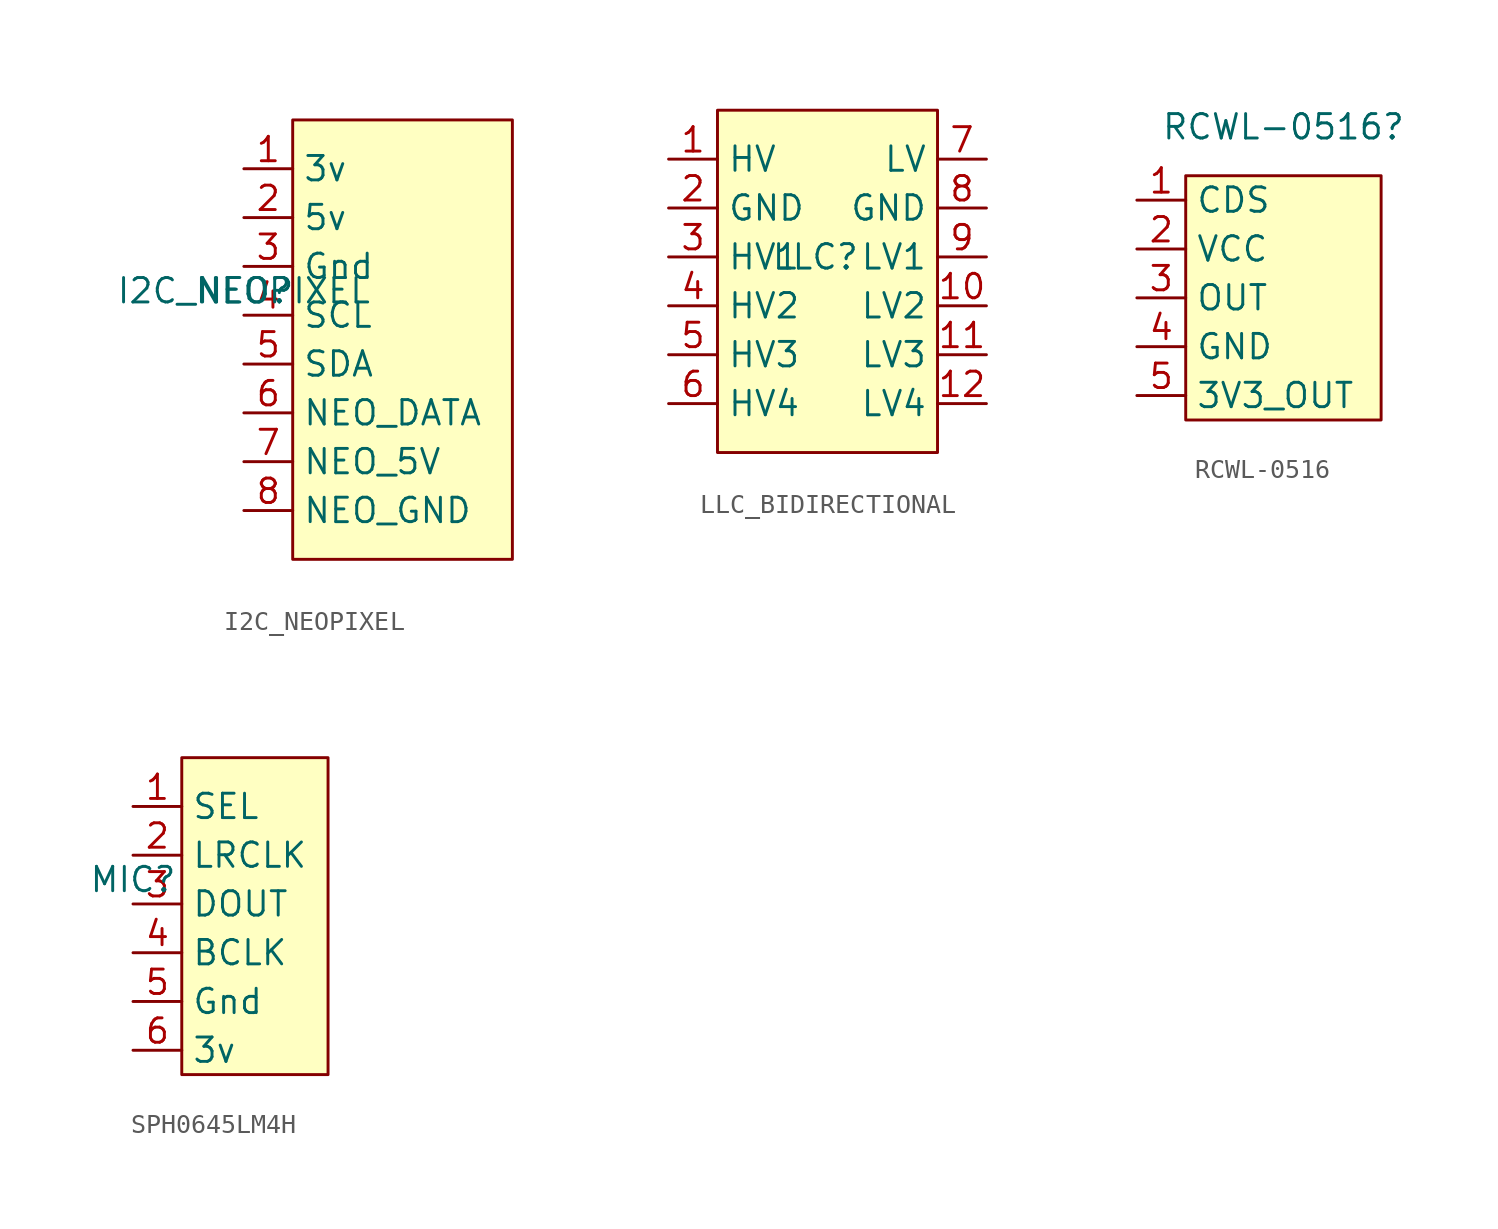
<source format=kicad_sym>
(kicad_symbol_lib
  (version 20220914)
  (generator kicad_symbol_editor)
  (symbol "I2C_NEOPIXEL"
    (property "Reference" "NEO"
      (at 0 0 0)
      (effects (font (size 1.27 1.27))))
    (property "Value" "I2C_NEOPIXEL"
      (at 0 0 0)
      (effects (font (size 1.27 1.27))))
    (symbol "I2C_NEOPIXEL_1_1"
      (rectangle (start 2.54 8.89) (end 13.97 -13.97) (stroke (width 0) (type default)) (fill (type background)))
      (pin power_in line (at 0 6.35 0) (length 2.54) (name "3v" (effects (font (size 1.27 1.27)))) (number "1" (effects (font (size 1.27 1.27)))))
      (pin power_in line (at 0 3.81 0) (length 2.54) (name "5v" (effects (font (size 1.27 1.27)))) (number "2" (effects (font (size 1.27 1.27)))))
      (pin power_in line (at 0 1.27 0) (length 2.54) (name "Gnd" (effects (font (size 1.27 1.27)))) (number "3" (effects (font (size 1.27 1.27)))))
      (pin bidirectional line (at 0 -1.27 0) (length 2.54) (name "SCL" (effects (font (size 1.27 1.27)))) (number "4" (effects (font (size 1.27 1.27)))))
      (pin bidirectional line (at 0 -3.81 0) (length 2.54) (name "SDA" (effects (font (size 1.27 1.27)))) (number "5" (effects (font (size 1.27 1.27)))))
      (pin output line (at 0 -6.35 0) (length 2.54) (name "NEO_DATA" (effects (font (size 1.27 1.27)))) (number "6" (effects (font (size 1.27 1.27)))))
      (pin output line (at 0 -8.89 0) (length 2.54) (name "NEO_5V" (effects (font (size 1.27 1.27)))) (number "7" (effects (font (size 1.27 1.27)))))
      (pin output line (at 0 -11.43 0) (length 2.54) (name "NEO_GND" (effects (font (size 1.27 1.27)))) (number "8" (effects (font (size 1.27 1.27)))))))
  (symbol "LLC_BIDIRECTIONAL"
    (property "Reference" "LLC"
      (at 0 0 0)
      (effects (font (size 1.27 1.27))))
    (property "Value" ""
      (at 0 0 0)
      (effects (font (size 1.27 1.27))))
    (symbol "LLC_BIDIRECTIONAL_1_1"
      (rectangle (start -5.08 7.62) (end 6.35 -10.16) (stroke (width 0) (type default)) (fill (type background)))
      (pin power_in line (at -7.62 5.08 0) (length 2.54) (name "HV" (effects (font (size 1.27 1.27)))) (number "1" (effects (font (size 1.27 1.27)))))
      (pin power_in line (at 8.89 -2.54 180) (length 2.54) (name "LV2" (effects (font (size 1.27 1.27)))) (number "10" (effects (font (size 1.27 1.27)))))
      (pin power_in line (at 8.89 -5.08 180) (length 2.54) (name "LV3" (effects (font (size 1.27 1.27)))) (number "11" (effects (font (size 1.27 1.27)))))
      (pin power_in line (at 8.89 -7.62 180) (length 2.54) (name "LV4" (effects (font (size 1.27 1.27)))) (number "12" (effects (font (size 1.27 1.27)))))
      (pin power_in line (at -7.62 2.54 0) (length 2.54) (name "GND" (effects (font (size 1.27 1.27)))) (number "2" (effects (font (size 1.27 1.27)))))
      (pin bidirectional line (at -7.62 0 0) (length 2.54) (name "HV1" (effects (font (size 1.27 1.27)))) (number "3" (effects (font (size 1.27 1.27)))))
      (pin bidirectional line (at -7.62 -2.54 0) (length 2.54) (name "HV2" (effects (font (size 1.27 1.27)))) (number "4" (effects (font (size 1.27 1.27)))))
      (pin bidirectional line (at -7.62 -5.08 0) (length 2.54) (name "HV3" (effects (font (size 1.27 1.27)))) (number "5" (effects (font (size 1.27 1.27)))))
      (pin bidirectional line (at -7.62 -7.62 0) (length 2.54) (name "HV4" (effects (font (size 1.27 1.27)))) (number "6" (effects (font (size 1.27 1.27)))))
      (pin power_in line (at 8.89 5.08 180) (length 2.54) (name "LV" (effects (font (size 1.27 1.27)))) (number "7" (effects (font (size 1.27 1.27)))))
      (pin power_in line (at 8.89 2.54 180) (length 2.54) (name "GND" (effects (font (size 1.27 1.27)))) (number "8" (effects (font (size 1.27 1.27)))))
      (pin power_in line (at 8.89 0 180) (length 2.54) (name "LV1" (effects (font (size 1.27 1.27)))) (number "9" (effects (font (size 1.27 1.27)))))))
  (symbol "RCWL-0516"
    (property "Reference" "RCWL-0516"
      (at 7.62 11.43 0)
      (effects (font (size 1.27 1.27))))
    (property "Value" ""
      (at 0 0 0)
      (effects (font (size 1.27 1.27))))
    (symbol "RCWL-0516_1_1"
      (rectangle (start 2.54 8.89) (end 12.7 -3.81) (stroke (width 0) (type default)) (fill (type background)))
      (pin input line (at 0 7.62 0) (length 2.54) (name "CDS" (effects (font (size 1.27 1.27)))) (number "1" (effects (font (size 1.27 1.27)))))
      (pin power_in line (at 0 5.08 0) (length 2.54) (name "VCC" (effects (font (size 1.27 1.27)))) (number "2" (effects (font (size 1.27 1.27)))))
      (pin output line (at 0 2.54 0) (length 2.54) (name "OUT" (effects (font (size 1.27 1.27)))) (number "3" (effects (font (size 1.27 1.27)))))
      (pin power_in line (at 0 0 0) (length 2.54) (name "GND" (effects (font (size 1.27 1.27)))) (number "4" (effects (font (size 1.27 1.27)))))
      (pin power_out line (at 0 -2.54 0) (length 2.54) (name "3V3_OUT" (effects (font (size 1.27 1.27)))) (number "5" (effects (font (size 1.27 1.27)))))))
  (symbol "SPH0645LM4H"
    (property "Reference" "MIC"
      (at 0 0 0)
      (effects (font (size 1.27 1.27))))
    (property "Value" ""
      (at 0 0 0)
      (effects (font (size 1.27 1.27))))
    (symbol "SPH0645LM4H_1_1"
      (rectangle (start 2.54 6.35) (end 10.16 -10.16) (stroke (width 0) (type default)) (fill (type background)))
      (pin input line (at 0 3.81 0) (length 2.54) (name "SEL" (effects (font (size 1.27 1.27)))) (number "1" (effects (font (size 1.27 1.27)))))
      (pin bidirectional line (at 0 1.27 0) (length 2.54) (name "LRCLK" (effects (font (size 1.27 1.27)))) (number "2" (effects (font (size 1.27 1.27)))))
      (pin output line (at 0 -1.27 0) (length 2.54) (name "DOUT" (effects (font (size 1.27 1.27)))) (number "3" (effects (font (size 1.27 1.27)))))
      (pin bidirectional line (at 0 -3.81 0) (length 2.54) (name "BCLK" (effects (font (size 1.27 1.27)))) (number "4" (effects (font (size 1.27 1.27)))))
      (pin power_in line (at 0 -6.35 0) (length 2.54) (name "Gnd" (effects (font (size 1.27 1.27)))) (number "5" (effects (font (size 1.27 1.27)))))
      (pin power_in line (at 0 -8.89 0) (length 2.54) (name "3v" (effects (font (size 1.27 1.27)))) (number "6" (effects (font (size 1.27 1.27))))))))
</source>
